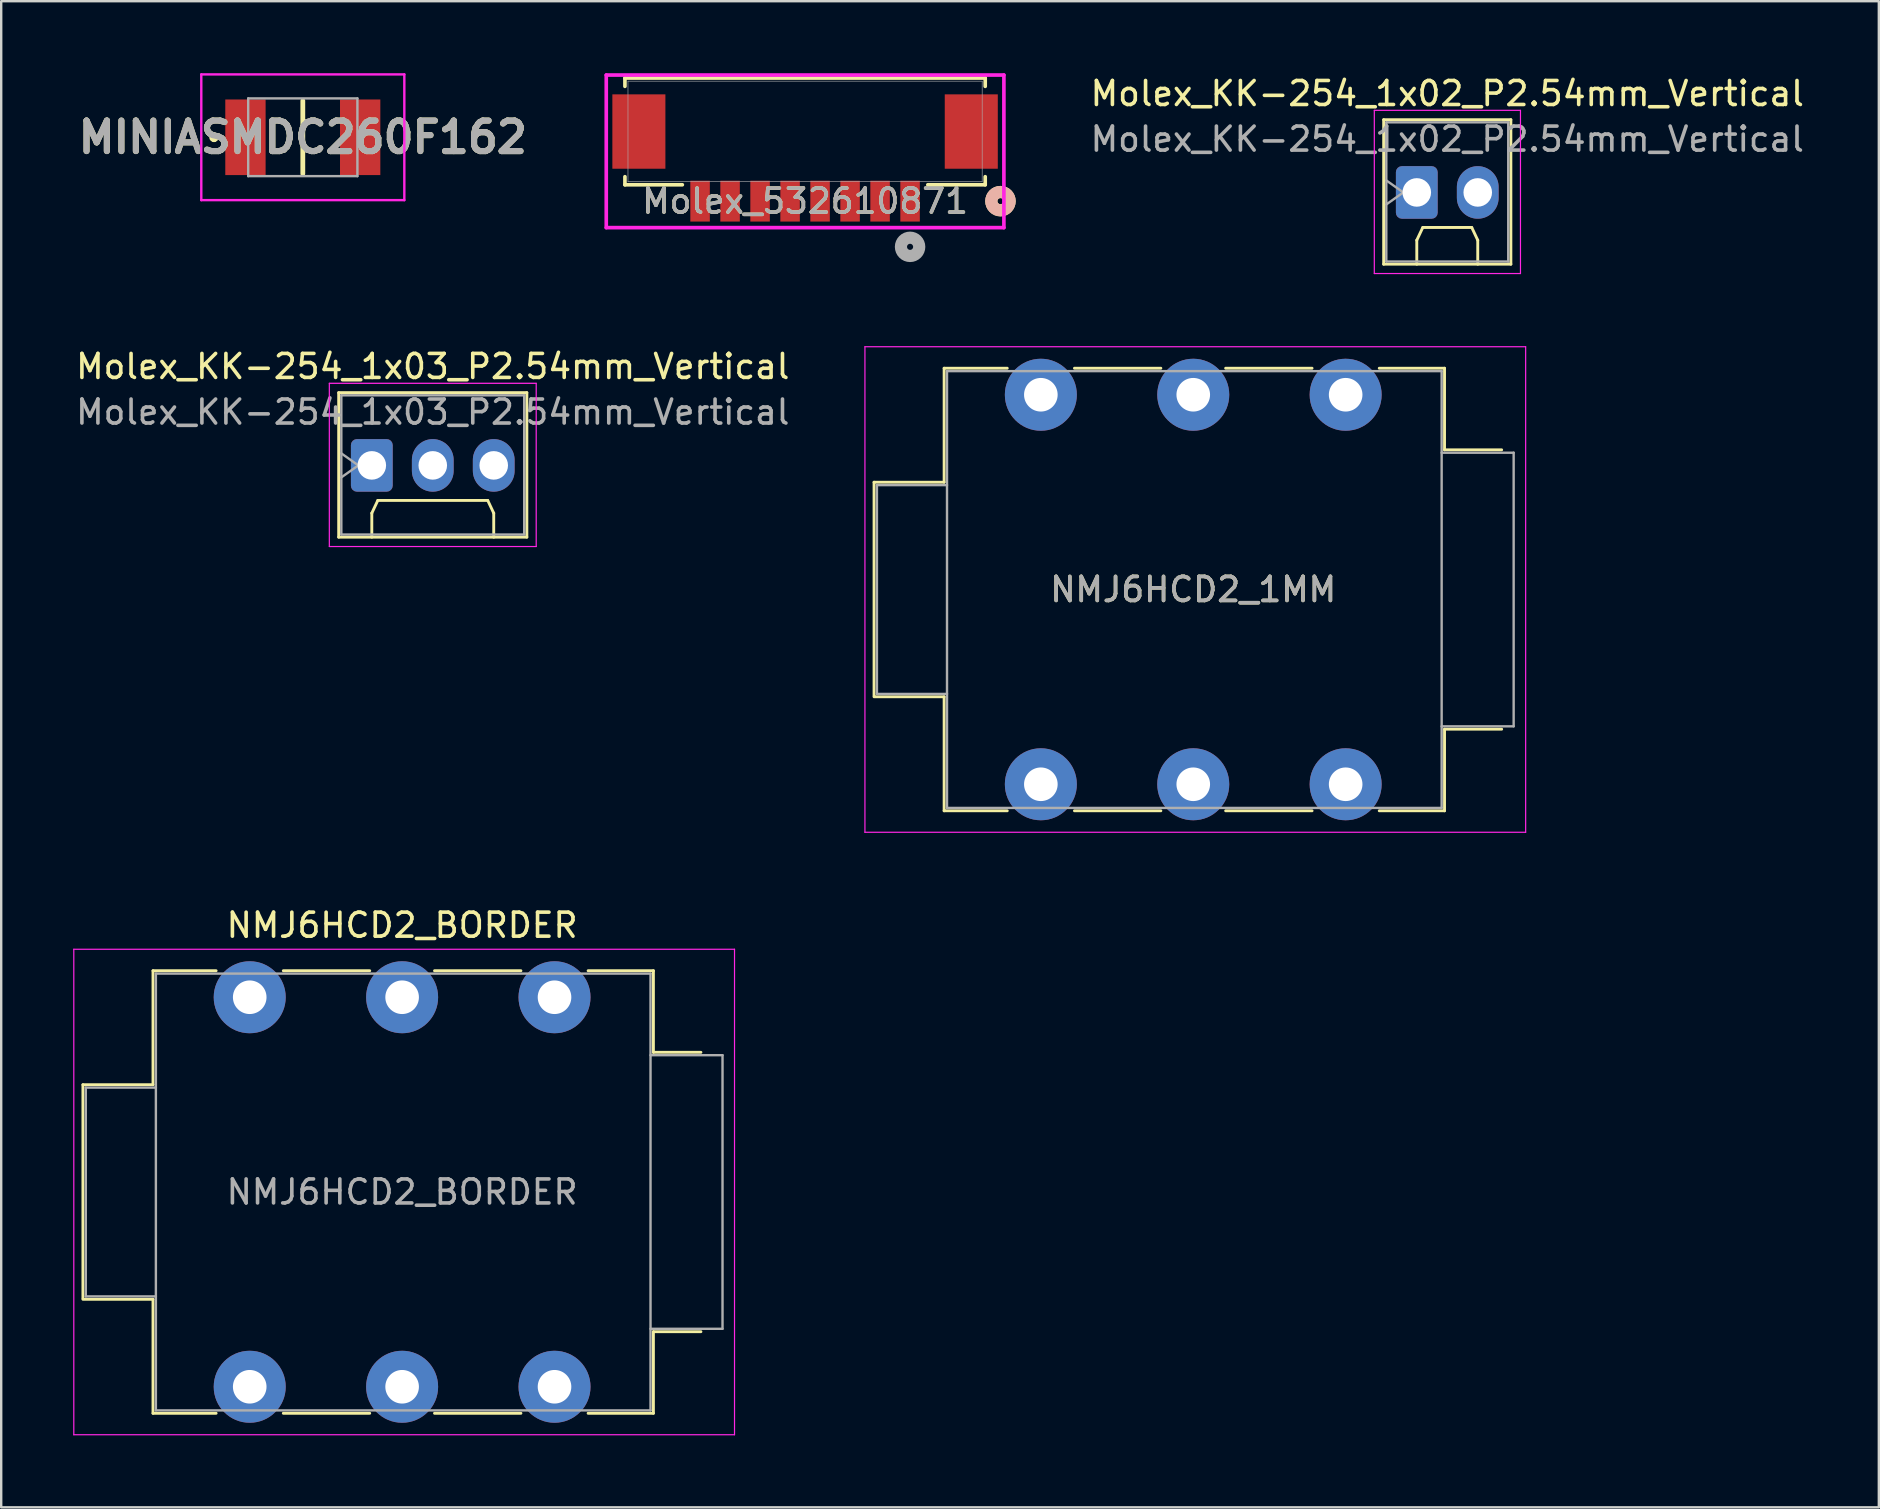
<source format=kicad_pcb>
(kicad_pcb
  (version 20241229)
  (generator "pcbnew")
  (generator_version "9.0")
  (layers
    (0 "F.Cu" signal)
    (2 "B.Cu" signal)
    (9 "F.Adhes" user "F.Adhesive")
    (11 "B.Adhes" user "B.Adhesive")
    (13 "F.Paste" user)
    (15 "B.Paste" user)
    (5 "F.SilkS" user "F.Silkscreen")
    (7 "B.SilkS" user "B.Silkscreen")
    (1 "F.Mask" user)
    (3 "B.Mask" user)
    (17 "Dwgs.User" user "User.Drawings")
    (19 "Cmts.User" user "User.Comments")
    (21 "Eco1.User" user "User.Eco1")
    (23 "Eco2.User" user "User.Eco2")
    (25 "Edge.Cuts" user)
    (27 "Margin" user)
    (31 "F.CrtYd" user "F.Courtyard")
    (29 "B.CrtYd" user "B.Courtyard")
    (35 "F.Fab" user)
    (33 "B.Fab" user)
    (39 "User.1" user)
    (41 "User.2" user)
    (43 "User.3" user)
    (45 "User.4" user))
  (footprint "NMJ6HCD2_BORDER"
    (layer "F.Cu")
    (at 7.355 38.502)
    (property "Reference" "NMJ6HCD2_BORDER" (at 6.35 -3 0) (layer "F.SilkS") (effects (font (size 1 1) (thickness 0.15))))
    (attr through_hole)
    (fp_line (start -6.95 3.645) (end -4.03 3.645) (stroke (width 0.12) (type solid)) (layer "F.SilkS"))
    (fp_line (start -6.95 12.545) (end -6.95 3.645) (stroke (width 0.12) (type solid)) (layer "F.SilkS"))
    (fp_line (start -6.95 12.585) (end -4.03 12.585) (stroke (width 0.12) (type solid)) (layer "F.SilkS"))
    (fp_line (start -4.03 -1.105) (end -1.4 -1.105) (stroke (width 0.12) (type solid)) (layer "F.SilkS"))
    (fp_line (start -4.03 3.645) (end -4.03 -1.105) (stroke (width 0.12) (type solid)) (layer "F.SilkS"))
    (fp_line (start -4.03 17.335) (end -4.03 12.585) (stroke (width 0.12) (type solid)) (layer "F.SilkS"))
    (fp_line (start -1.4 17.335) (end -4.03 17.335) (stroke (width 0.12) (type solid)) (layer "F.SilkS"))
    (fp_line (start 1.4 -1.105) (end 5 -1.105) (stroke (width 0.12) (type solid)) (layer "F.SilkS"))
    (fp_line (start 5 17.335) (end 1.4 17.335) (stroke (width 0.12) (type solid)) (layer "F.SilkS"))
    (fp_line (start 7.7 -1.105) (end 11.3 -1.105) (stroke (width 0.12) (type solid)) (layer "F.SilkS"))
    (fp_line (start 11.3 17.335) (end 7.7 17.335) (stroke (width 0.12) (type solid)) (layer "F.SilkS"))
    (fp_line (start 16.82 -1.105) (end 14.1 -1.105) (stroke (width 0.12) (type solid)) (layer "F.SilkS"))
    (fp_line (start 16.82 2.295) (end 16.82 -1.105) (stroke (width 0.12) (type solid)) (layer "F.SilkS"))
    (fp_line (start 16.82 2.295) (end 18.8 2.295) (stroke (width 0.12) (type solid)) (layer "F.SilkS"))
    (fp_line (start 16.82 13.935) (end 18.8 13.935) (stroke (width 0.12) (type solid)) (layer "F.SilkS"))
    (fp_line (start 16.82 17.335) (end 14.1 17.335) (stroke (width 0.12) (type solid)) (layer "F.SilkS"))
    (fp_line (start 16.82 17.335) (end 16.82 13.935) (stroke (width 0.12) (type solid)) (layer "F.SilkS"))
    (fp_line (start -7.33 18.23) (end -7.33 -2) (stroke (width 0.05) (type solid)) (layer "F.CrtYd"))
    (fp_line (start -7.33 18.23) (end 20.2 18.23) (stroke (width 0.05) (type solid)) (layer "F.CrtYd"))
    (fp_line (start 20.2 -2) (end -7.33 -2) (stroke (width 0.05) (type solid)) (layer "F.CrtYd"))
    (fp_line (start 20.2 18.23) (end 20.2 -2) (stroke (width 0.05) (type solid)) (layer "F.CrtYd"))
    (fp_line (start -6.83 3.765) (end -3.91 3.765) (stroke (width 0.1) (type solid)) (layer "F.Fab"))
    (fp_line (start -6.83 12.465) (end -6.83 3.765) (stroke (width 0.1) (type solid)) (layer "F.Fab"))
    (fp_line (start -6.83 12.465) (end -3.91 12.465) (stroke (width 0.1) (type solid)) (layer "F.Fab"))
    (fp_line (start -3.91 17.215) (end -3.91 -0.985) (stroke (width 0.1) (type solid)) (layer "F.Fab"))
    (fp_line (start 16.7 -0.985) (end -3.91 -0.985) (stroke (width 0.1) (type solid)) (layer "F.Fab"))
    (fp_line (start 16.7 17.215) (end -3.91 17.215) (stroke (width 0.1) (type solid)) (layer "F.Fab"))
    (fp_line (start 16.7 17.215) (end 16.7 -0.985) (stroke (width 0.1) (type solid)) (layer "F.Fab"))
    (fp_line (start 19.7 2.415) (end 16.7 2.415) (stroke (width 0.1) (type solid)) (layer "F.Fab"))
    (fp_line (start 19.7 13.815) (end 16.7 13.815) (stroke (width 0.1) (type solid)) (layer "F.Fab"))
    (fp_line (start 19.7 13.815) (end 19.7 2.415) (stroke (width 0.1) (type solid)) (layer "F.Fab"))
    (fp_text user "${REFERENCE}" (at 6.35 8.115 0) (layer "F.Fab") (effects (font (size 1 1) (thickness 0.15))))
    (pad "R" thru_hole circle (at 6.35 0) (size 3 3) (drill 1.4) (layers "*.Cu" "*.Mask"))
    (pad "RN" thru_hole circle (at 6.35 16.23) (size 3 3) (drill 1.4) (layers "*.Cu" "*.Mask"))
    (pad "S" thru_hole circle (at 12.7 0) (size 3 3) (drill 1.4) (layers "*.Cu" "*.Mask"))
    (pad "SN" thru_hole circle (at 12.7 16.23) (size 3 3) (drill 1.4) (layers "*.Cu" "*.Mask"))
    (pad "T" thru_hole circle (at 0 0) (size 3 3) (drill 1.4) (layers "*.Cu" "*.Mask"))
    (pad "TN" thru_hole circle (at 0 16.23) (size 3 3) (drill 1.4) (layers "*.Cu" "*.Mask")))
  (footprint "MINIASMDC260F162"
    (layer "F.Cu")
    (at 9.567 2.67)
    (property "Reference" "MINIASMDC260F162" (at 0 0 0) (layer "F.SilkS") (effects (font (size 1.27 1.27) (thickness 0.254))))
    (attr smd)
    (fp_line (start -3.7 -0.1) (end -3.7 -0.1) (stroke (width 0.2) (type solid)) (layer "F.SilkS"))
    (fp_line (start -3.7 0.1) (end -3.7 0.1) (stroke (width 0.2) (type solid)) (layer "F.SilkS"))
    (fp_line (start 0 -1.52) (end 0 1.52) (stroke (width 0.2) (type solid)) (layer "F.SilkS"))
    (fp_arc (start -3.7 -0.1) (mid -3.6 0) (end -3.7 0.1) (stroke (width 0.2) (type solid)) (layer "F.SilkS"))
    (fp_arc (start -3.7 0.1) (mid -3.8 0) (end -3.7 -0.1) (stroke (width 0.2) (type solid)) (layer "F.SilkS"))
    (fp_line (start -4.23 -2.62) (end 4.23 -2.62) (stroke (width 0.1) (type solid)) (layer "F.CrtYd"))
    (fp_line (start -4.23 2.62) (end -4.23 -2.62) (stroke (width 0.1) (type solid)) (layer "F.CrtYd"))
    (fp_line (start 4.23 -2.62) (end 4.23 2.62) (stroke (width 0.1) (type solid)) (layer "F.CrtYd"))
    (fp_line (start 4.23 2.62) (end -4.23 2.62) (stroke (width 0.1) (type solid)) (layer "F.CrtYd"))
    (fp_line (start -2.275 -1.62) (end 2.275 -1.62) (stroke (width 0.1) (type solid)) (layer "F.Fab"))
    (fp_line (start -2.275 1.62) (end -2.275 -1.62) (stroke (width 0.1) (type solid)) (layer "F.Fab"))
    (fp_line (start 2.275 -1.62) (end 2.275 1.62) (stroke (width 0.1) (type solid)) (layer "F.Fab"))
    (fp_line (start 2.275 1.62) (end -2.275 1.62) (stroke (width 0.1) (type solid)) (layer "F.Fab"))
    (fp_text user "${REFERENCE}" (at 0 0 0) (layer "F.Fab") (effects (font (size 1.27 1.27) (thickness 0.254))))
    (pad "1" smd rect (at -2.39 0) (size 1.68 3.15) (layers "F.Cu" "F.Mask" "F.Paste"))
    (pad "2" smd rect (at 2.39 0) (size 1.68 3.15) (layers "F.Cu" "F.Mask" "F.Paste")))
  (footprint "Molex_532610871"
    (layer "F.Cu")
    (at 30.495 2.426)
    (property "Reference" "Molex_532610871" (at 0 2.905 0) (unlocked yes) (layer "F.SilkS") (effects (font (size 1 1) (thickness 0.15))))
    (attr smd)
    (fp_line (start -7.506 -2.223) (end -7.506 -1.878) (stroke (width 0.152) (type solid)) (layer "F.SilkS"))
    (fp_line (start -7.506 1.887) (end -7.506 2.223) (stroke (width 0.152) (type solid)) (layer "F.SilkS"))
    (fp_line (start -7.506 2.223) (end -5.114 2.223) (stroke (width 0.152) (type solid)) (layer "F.SilkS"))
    (fp_line (start 5.114 2.223) (end 7.506 2.223) (stroke (width 0.152) (type solid)) (layer "F.SilkS"))
    (fp_line (start 7.506 -2.223) (end -7.506 -2.223) (stroke (width 0.152) (type solid)) (layer "F.SilkS"))
    (fp_line (start 7.506 -1.878) (end 7.506 -2.223) (stroke (width 0.152) (type solid)) (layer "F.SilkS"))
    (fp_line (start 7.506 2.223) (end 7.506 1.887) (stroke (width 0.152) (type solid)) (layer "F.SilkS"))
    (fp_circle (center 8.141 2.905) (end 8.522 2.905) (stroke (width 0.508) (type solid)) (fill no) (layer "F.SilkS"))
    (fp_circle (center 8.141 2.905) (end 8.522 2.905) (stroke (width 0.508) (type solid)) (fill no) (layer "B.SilkS"))
    (fp_line (start -8.284 -2.349) (end -8.284 4.009) (stroke (width 0.152) (type solid)) (layer "F.CrtYd"))
    (fp_line (start -8.284 4.009) (end 8.284 4.009) (stroke (width 0.152) (type solid)) (layer "F.CrtYd"))
    (fp_line (start 8.284 -2.349) (end -8.284 -2.349) (stroke (width 0.152) (type solid)) (layer "F.CrtYd"))
    (fp_line (start 8.284 4.009) (end 8.284 -2.349) (stroke (width 0.152) (type solid)) (layer "F.CrtYd"))
    (fp_line (start -7.379 -2.095) (end -7.379 2.095) (stroke (width 0.025) (type solid)) (layer "F.Fab"))
    (fp_line (start -7.379 2.095) (end 7.379 2.095) (stroke (width 0.025) (type solid)) (layer "F.Fab"))
    (fp_line (start 7.379 -2.095) (end -7.379 -2.095) (stroke (width 0.025) (type solid)) (layer "F.Fab"))
    (fp_line (start 7.379 2.095) (end 7.379 -2.095) (stroke (width 0.025) (type solid)) (layer "F.Fab"))
    (fp_circle (center 4.375 4.809) (end 4.756 4.809) (stroke (width 0.508) (type solid)) (fill no) (layer "F.Fab"))
    (fp_text user "${REFERENCE}" (at 0 2.905 0) (unlocked yes) (layer "F.Fab") (effects (font (size 1 1) (thickness 0.15))))
    (pad "1" smd rect (at 4.375 2.905) (size 0.813 1.702) (layers "F.Cu" "F.Mask" "F.Paste"))
    (pad "2" smd rect (at 3.125 2.905) (size 0.813 1.702) (layers "F.Cu" "F.Mask" "F.Paste"))
    (pad "3" smd rect (at 1.875 2.905) (size 0.813 1.702) (layers "F.Cu" "F.Mask" "F.Paste"))
    (pad "4" smd rect (at 0.625 2.905) (size 0.813 1.702) (layers "F.Cu" "F.Mask" "F.Paste"))
    (pad "5" smd rect (at -0.625 2.905) (size 0.813 1.702) (layers "F.Cu" "F.Mask" "F.Paste"))
    (pad "6" smd rect (at -1.875 2.905) (size 0.813 1.702) (layers "F.Cu" "F.Mask" "F.Paste"))
    (pad "7" smd rect (at -3.125 2.905) (size 0.813 1.702) (layers "F.Cu" "F.Mask" "F.Paste"))
    (pad "8" smd rect (at -4.375 2.905) (size 0.813 1.702) (layers "F.Cu" "F.Mask" "F.Paste"))
    (pad "9" smd rect (at -6.925 0.005) (size 2.21 3.099) (layers "F.Cu" "F.Mask" "F.Paste"))
    (pad "10" smd rect (at 6.925 0.005) (size 2.21 3.099) (layers "F.Cu" "F.Mask" "F.Paste")))
  (footprint "Molex_KK-254_1x02_P2.54mm_Vertical"
    (layer "F.Cu")
    (at 55.983 4.968)
    (property "Reference" "Molex_KK-254_1x02_P2.54mm_Vertical" (at 1.27 -4.12 0) (layer "F.SilkS") (effects (font (size 1 1) (thickness 0.15))))
    (attr through_hole)
    (fp_line (start -1.38 -3.03) (end -1.38 2.99) (stroke (width 0.12) (type solid)) (layer "F.SilkS"))
    (fp_line (start -1.38 2.99) (end 3.92 2.99) (stroke (width 0.12) (type solid)) (layer "F.SilkS"))
    (fp_line (start 0 1.99) (end 0.25 1.46) (stroke (width 0.12) (type solid)) (layer "F.SilkS"))
    (fp_line (start 0 2.99) (end 0 1.99) (stroke (width 0.12) (type solid)) (layer "F.SilkS"))
    (fp_line (start 0.25 1.46) (end 2.29 1.46) (stroke (width 0.12) (type solid)) (layer "F.SilkS"))
    (fp_line (start 2.29 1.46) (end 2.54 1.99) (stroke (width 0.12) (type solid)) (layer "F.SilkS"))
    (fp_line (start 2.54 1.99) (end 2.54 2.99) (stroke (width 0.12) (type solid)) (layer "F.SilkS"))
    (fp_line (start 3.92 -3.03) (end -1.38 -3.03) (stroke (width 0.12) (type solid)) (layer "F.SilkS"))
    (fp_line (start 3.92 2.99) (end 3.92 -3.03) (stroke (width 0.12) (type solid)) (layer "F.SilkS"))
    (fp_line (start -1.77 -3.42) (end -1.77 3.38) (stroke (width 0.05) (type solid)) (layer "F.CrtYd"))
    (fp_line (start -1.77 3.38) (end 4.32 3.38) (stroke (width 0.05) (type solid)) (layer "F.CrtYd"))
    (fp_line (start 4.32 -3.42) (end -1.77 -3.42) (stroke (width 0.05) (type solid)) (layer "F.CrtYd"))
    (fp_line (start 4.32 3.38) (end 4.32 -3.42) (stroke (width 0.05) (type solid)) (layer "F.CrtYd"))
    (fp_line (start -1.27 -2.92) (end -1.27 2.88) (stroke (width 0.1) (type solid)) (layer "F.Fab"))
    (fp_line (start -1.27 -0.5) (end -0.563 0) (stroke (width 0.1) (type solid)) (layer "F.Fab"))
    (fp_line (start -1.27 2.88) (end 3.81 2.88) (stroke (width 0.1) (type solid)) (layer "F.Fab"))
    (fp_line (start -0.563 0) (end -1.27 0.5) (stroke (width 0.1) (type solid)) (layer "F.Fab"))
    (fp_line (start 3.81 -2.92) (end -1.27 -2.92) (stroke (width 0.1) (type solid)) (layer "F.Fab"))
    (fp_line (start 3.81 2.88) (end 3.81 -2.92) (stroke (width 0.1) (type solid)) (layer "F.Fab"))
    (fp_text user "${REFERENCE}" (at 1.27 -2.22 0) (layer "F.Fab") (effects (font (size 1 1) (thickness 0.15))))
    (pad "1" thru_hole roundrect (at 0 0) (size 1.74 2.19) (drill 1.19) (layers "*.Cu" "*.Mask") (roundrect_rratio 0.144))
    (pad "2" thru_hole oval (at 2.54 0) (size 1.74 2.19) (drill 1.19) (layers "*.Cu" "*.Mask")))
  (footprint "NMJ6HCD2_1MM"
    (layer "F.Cu")
    (at 40.319 13.398)
    (property "Reference" "NMJ6HCD2_1MM" (at 6.35 8.115 0) (layer "F.SilkS") (effects (font (size 1 1) (thickness 0.15))))
    (attr through_hole)
    (fp_line (start -6.95 3.645) (end -4.03 3.645) (stroke (width 0.12) (type solid)) (layer "F.SilkS"))
    (fp_line (start -6.95 12.545) (end -6.95 3.645) (stroke (width 0.12) (type solid)) (layer "F.SilkS"))
    (fp_line (start -6.95 12.585) (end -4.03 12.585) (stroke (width 0.12) (type solid)) (layer "F.SilkS"))
    (fp_line (start -4.03 -1.105) (end -1.4 -1.105) (stroke (width 0.12) (type solid)) (layer "F.SilkS"))
    (fp_line (start -4.03 3.645) (end -4.03 -1.105) (stroke (width 0.12) (type solid)) (layer "F.SilkS"))
    (fp_line (start -4.03 17.335) (end -4.03 12.585) (stroke (width 0.12) (type solid)) (layer "F.SilkS"))
    (fp_line (start -1.4 17.335) (end -4.03 17.335) (stroke (width 0.12) (type solid)) (layer "F.SilkS"))
    (fp_line (start 1.4 -1.105) (end 5 -1.105) (stroke (width 0.12) (type solid)) (layer "F.SilkS"))
    (fp_line (start 5 17.335) (end 1.4 17.335) (stroke (width 0.12) (type solid)) (layer "F.SilkS"))
    (fp_line (start 7.7 -1.105) (end 11.3 -1.105) (stroke (width 0.12) (type solid)) (layer "F.SilkS"))
    (fp_line (start 11.3 17.335) (end 7.7 17.335) (stroke (width 0.12) (type solid)) (layer "F.SilkS"))
    (fp_line (start 16.82 -1.105) (end 14.1 -1.105) (stroke (width 0.12) (type solid)) (layer "F.SilkS"))
    (fp_line (start 16.82 2.295) (end 16.82 -1.105) (stroke (width 0.12) (type solid)) (layer "F.SilkS"))
    (fp_line (start 16.82 2.295) (end 19.2 2.295) (stroke (width 0.12) (type solid)) (layer "F.SilkS"))
    (fp_line (start 16.82 13.935) (end 19.2 13.935) (stroke (width 0.12) (type solid)) (layer "F.SilkS"))
    (fp_line (start 16.82 17.335) (end 14.1 17.335) (stroke (width 0.12) (type solid)) (layer "F.SilkS"))
    (fp_line (start 16.82 17.335) (end 16.82 13.935) (stroke (width 0.12) (type solid)) (layer "F.SilkS"))
    (fp_line (start -7.33 18.23) (end -7.33 -2) (stroke (width 0.05) (type solid)) (layer "F.CrtYd"))
    (fp_line (start -7.33 18.23) (end 20.2 18.23) (stroke (width 0.05) (type solid)) (layer "F.CrtYd"))
    (fp_line (start 20.2 -2) (end -7.33 -2) (stroke (width 0.05) (type solid)) (layer "F.CrtYd"))
    (fp_line (start 20.2 18.23) (end 20.2 -2) (stroke (width 0.05) (type solid)) (layer "F.CrtYd"))
    (fp_line (start -6.83 3.765) (end -3.91 3.765) (stroke (width 0.1) (type solid)) (layer "F.Fab"))
    (fp_line (start -6.83 12.465) (end -6.83 3.765) (stroke (width 0.1) (type solid)) (layer "F.Fab"))
    (fp_line (start -6.83 12.465) (end -3.91 12.465) (stroke (width 0.1) (type solid)) (layer "F.Fab"))
    (fp_line (start -3.91 17.215) (end -3.91 -0.985) (stroke (width 0.1) (type solid)) (layer "F.Fab"))
    (fp_line (start 16.7 -0.985) (end -3.91 -0.985) (stroke (width 0.1) (type solid)) (layer "F.Fab"))
    (fp_line (start 16.7 17.215) (end -3.91 17.215) (stroke (width 0.1) (type solid)) (layer "F.Fab"))
    (fp_line (start 16.7 17.215) (end 16.7 -0.985) (stroke (width 0.1) (type solid)) (layer "F.Fab"))
    (fp_line (start 19.7 2.415) (end 16.7 2.415) (stroke (width 0.1) (type solid)) (layer "F.Fab"))
    (fp_line (start 19.7 13.815) (end 16.7 13.815) (stroke (width 0.1) (type solid)) (layer "F.Fab"))
    (fp_line (start 19.7 13.815) (end 19.7 2.415) (stroke (width 0.1) (type solid)) (layer "F.Fab"))
    (fp_text user "${REFERENCE}" (at 6.35 8.115 0) (layer "F.Fab") (effects (font (size 1 1) (thickness 0.15))))
    (pad "R" thru_hole circle (at 6.35 0) (size 3 3) (drill 1.4) (layers "*.Cu" "*.Mask"))
    (pad "RN" thru_hole circle (at 6.35 16.23) (size 3 3) (drill 1.4) (layers "*.Cu" "*.Mask"))
    (pad "S" thru_hole circle (at 12.7 0) (size 3 3) (drill 1.4) (layers "*.Cu" "*.Mask"))
    (pad "SN" thru_hole circle (at 12.7 16.23) (size 3 3) (drill 1.4) (layers "*.Cu" "*.Mask"))
    (pad "T" thru_hole circle (at 0 0) (size 3 3) (drill 1.4) (layers "*.Cu" "*.Mask"))
    (pad "TN" thru_hole circle (at 0 16.23) (size 3 3) (drill 1.4) (layers "*.Cu" "*.Mask")))
  (footprint "Molex_KK-254_1x03_P2.54mm_Vertical"
    (layer "F.Cu")
    (at 12.442 16.341)
    (property "Reference" "Molex_KK-254_1x03_P2.54mm_Vertical" (at 2.54 -4.12 0) (layer "F.SilkS") (effects (font (size 1 1) (thickness 0.15))))
    (attr through_hole)
    (fp_line (start -1.38 -3.03) (end -1.38 2.99) (stroke (width 0.12) (type solid)) (layer "F.SilkS"))
    (fp_line (start -1.38 2.99) (end 6.46 2.99) (stroke (width 0.12) (type solid)) (layer "F.SilkS"))
    (fp_line (start 0 1.99) (end 0.25 1.46) (stroke (width 0.12) (type solid)) (layer "F.SilkS"))
    (fp_line (start 0 2.99) (end 0 1.99) (stroke (width 0.12) (type solid)) (layer "F.SilkS"))
    (fp_line (start 0.25 1.46) (end 4.83 1.46) (stroke (width 0.12) (type solid)) (layer "F.SilkS"))
    (fp_line (start 4.83 1.46) (end 5.08 1.99) (stroke (width 0.12) (type solid)) (layer "F.SilkS"))
    (fp_line (start 5.08 1.99) (end 5.08 2.99) (stroke (width 0.12) (type solid)) (layer "F.SilkS"))
    (fp_line (start 6.46 -3.03) (end -1.38 -3.03) (stroke (width 0.12) (type solid)) (layer "F.SilkS"))
    (fp_line (start 6.46 2.99) (end 6.46 -3.03) (stroke (width 0.12) (type solid)) (layer "F.SilkS"))
    (fp_line (start -1.77 -3.42) (end -1.77 3.38) (stroke (width 0.05) (type solid)) (layer "F.CrtYd"))
    (fp_line (start -1.77 3.38) (end 6.85 3.38) (stroke (width 0.05) (type solid)) (layer "F.CrtYd"))
    (fp_line (start 6.85 -3.42) (end -1.77 -3.42) (stroke (width 0.05) (type solid)) (layer "F.CrtYd"))
    (fp_line (start 6.85 3.38) (end 6.85 -3.42) (stroke (width 0.05) (type solid)) (layer "F.CrtYd"))
    (fp_line (start -1.27 -2.92) (end -1.27 2.88) (stroke (width 0.1) (type solid)) (layer "F.Fab"))
    (fp_line (start -1.27 -0.5) (end -0.563 0) (stroke (width 0.1) (type solid)) (layer "F.Fab"))
    (fp_line (start -1.27 2.88) (end 6.35 2.88) (stroke (width 0.1) (type solid)) (layer "F.Fab"))
    (fp_line (start -0.563 0) (end -1.27 0.5) (stroke (width 0.1) (type solid)) (layer "F.Fab"))
    (fp_line (start 6.35 -2.92) (end -1.27 -2.92) (stroke (width 0.1) (type solid)) (layer "F.Fab"))
    (fp_line (start 6.35 2.88) (end 6.35 -2.92) (stroke (width 0.1) (type solid)) (layer "F.Fab"))
    (fp_text user "${REFERENCE}" (at 2.54 -2.22 0) (layer "F.Fab") (effects (font (size 1 1) (thickness 0.15))))
    (pad "1" thru_hole roundrect (at 0 0) (size 1.74 2.19) (drill 1.19) (layers "*.Cu" "*.Mask") (roundrect_rratio 0.144))
    (pad "2" thru_hole oval (at 2.54 0) (size 1.74 2.19) (drill 1.19) (layers "*.Cu" "*.Mask"))
    (pad "3" thru_hole oval (at 5.08 0) (size 1.74 2.19) (drill 1.19) (layers "*.Cu" "*.Mask")))
  (gr_rect
    (start -3 -3)
    (end 75.235 59.757)
    (stroke (width 0.1) (type default))
    (fill no)
    (layer "Edge.Cuts")))
</source>
